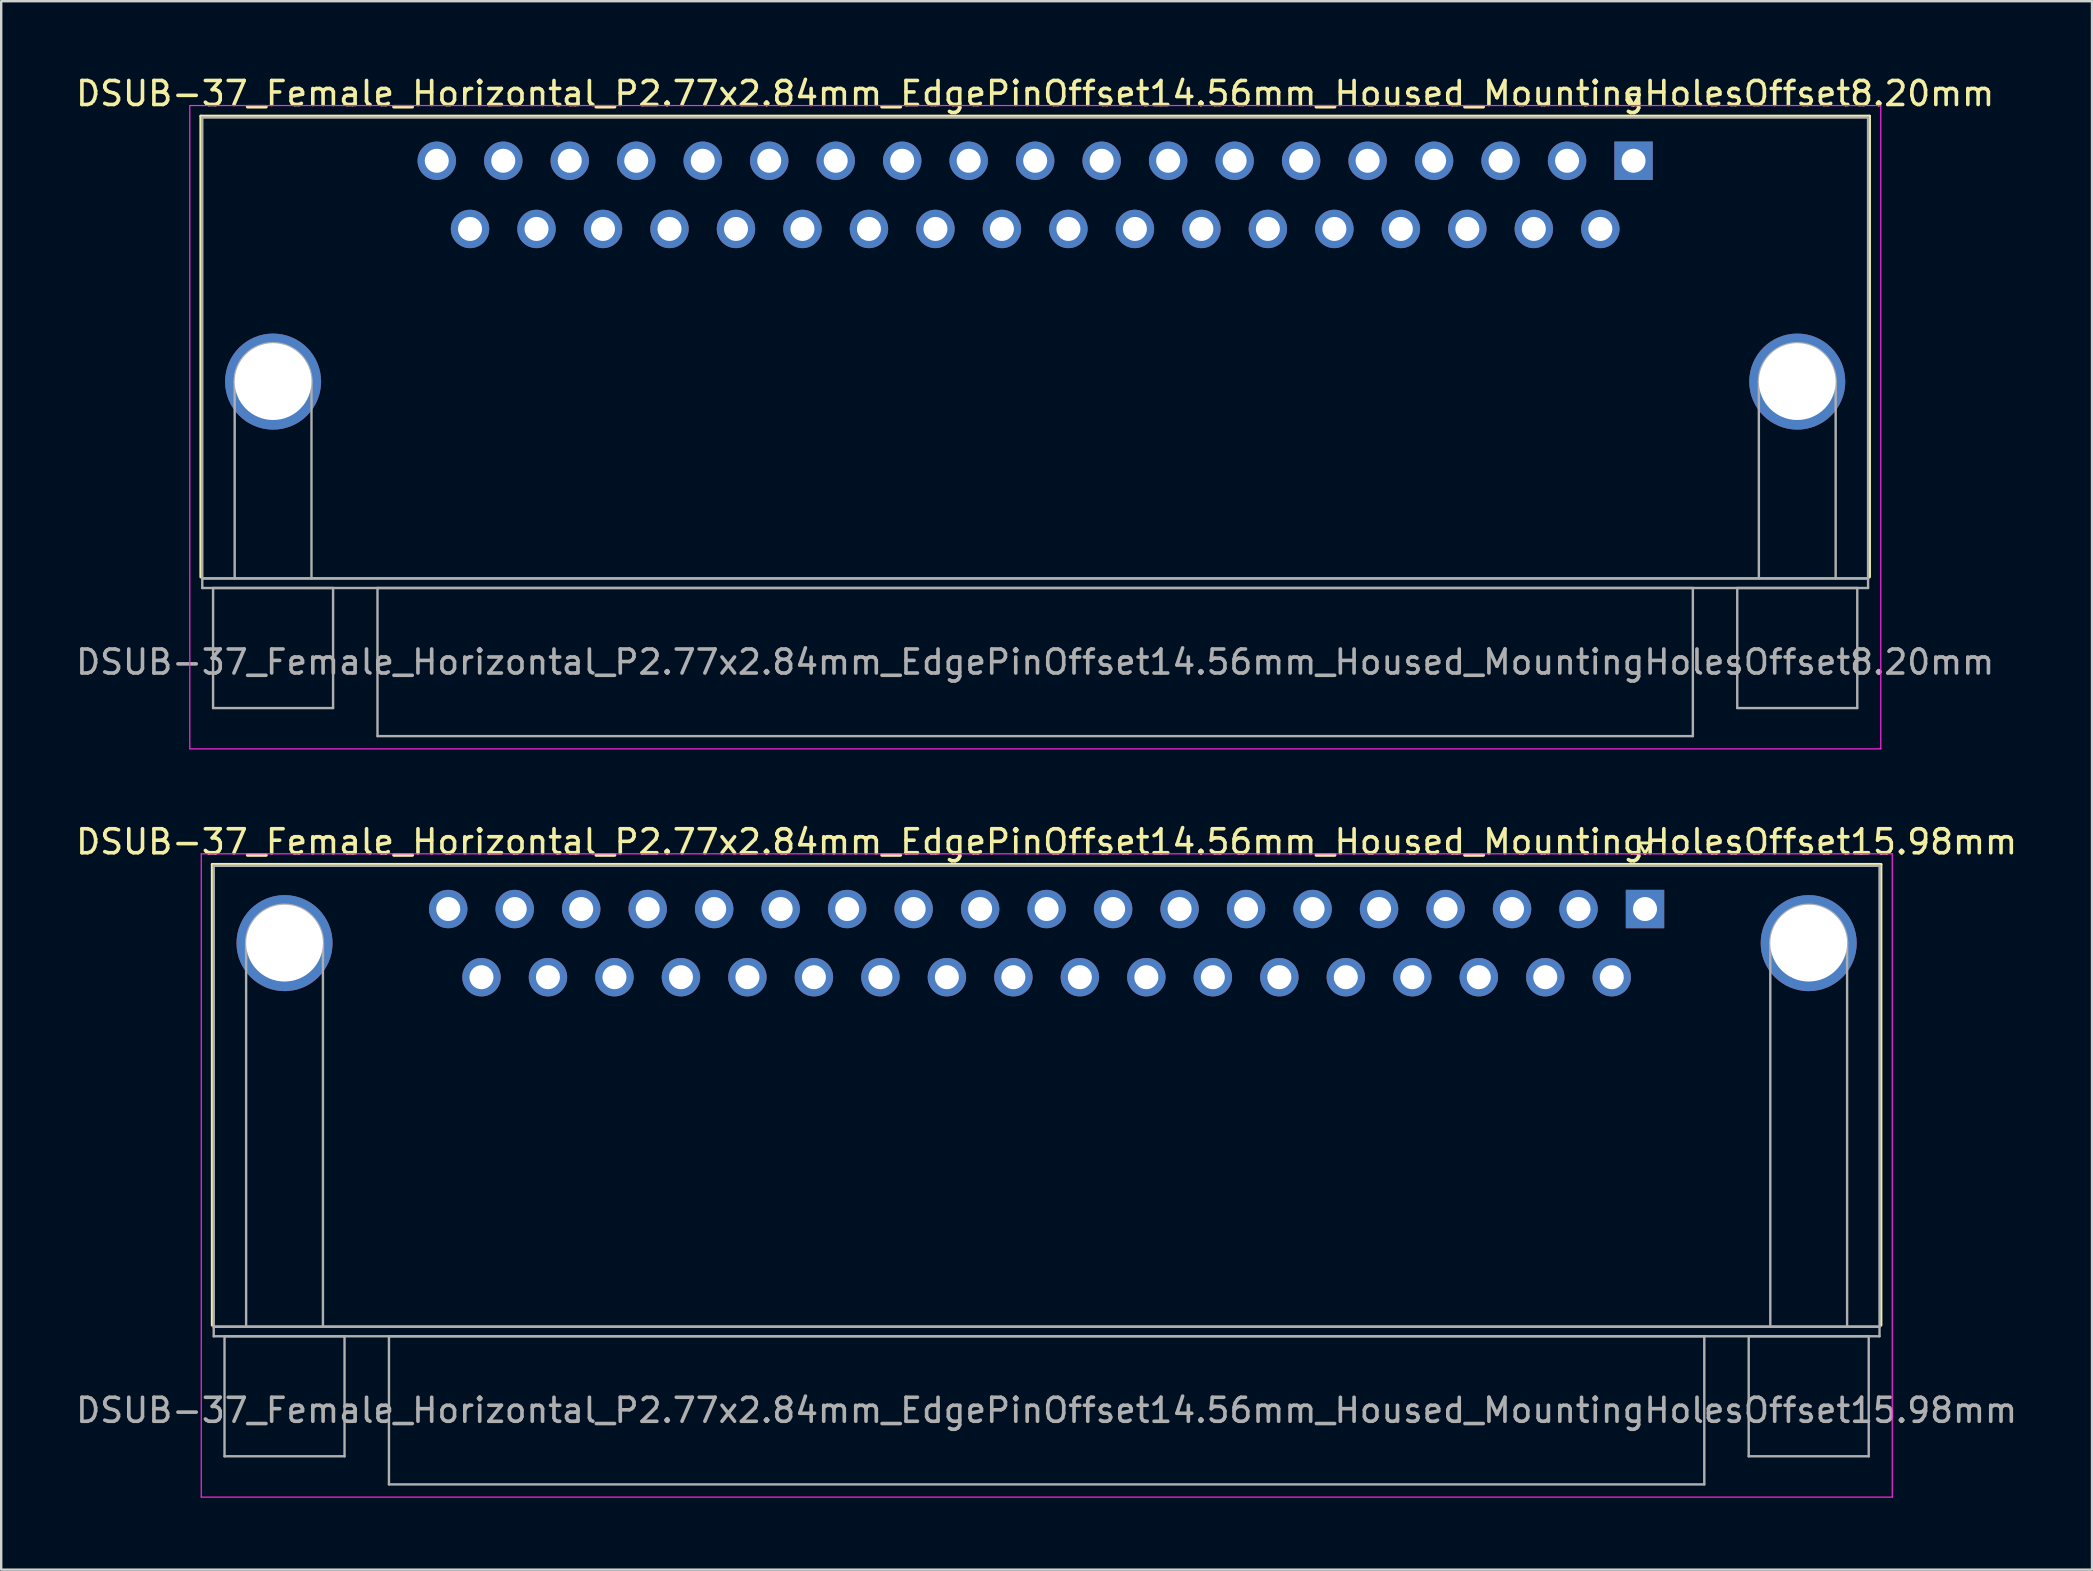
<source format=kicad_pcb>
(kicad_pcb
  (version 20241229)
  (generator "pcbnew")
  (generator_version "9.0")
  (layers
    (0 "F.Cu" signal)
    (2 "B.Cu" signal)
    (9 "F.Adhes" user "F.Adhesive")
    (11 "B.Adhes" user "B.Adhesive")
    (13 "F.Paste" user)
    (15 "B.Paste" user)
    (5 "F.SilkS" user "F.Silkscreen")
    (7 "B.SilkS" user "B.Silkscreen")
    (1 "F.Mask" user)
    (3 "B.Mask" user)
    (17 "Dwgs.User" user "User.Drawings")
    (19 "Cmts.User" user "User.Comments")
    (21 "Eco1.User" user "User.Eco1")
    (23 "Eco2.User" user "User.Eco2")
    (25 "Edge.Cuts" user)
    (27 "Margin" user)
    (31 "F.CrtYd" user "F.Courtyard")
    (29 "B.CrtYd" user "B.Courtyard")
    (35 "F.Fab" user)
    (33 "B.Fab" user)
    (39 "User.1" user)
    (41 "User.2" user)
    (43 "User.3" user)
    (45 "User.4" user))
  (footprint "DSUB-37_Female_Horizontal_P2.77x2.84mm_EdgePinOffset14.56mm_Housed_MountingHolesOffset8.20mm"
    (layer "F.Cu")
    (at 65.007 3.648)
    (property "Reference" "DSUB-37_Female_Horizontal_P2.77x2.84mm_EdgePinOffset14.56mm_Housed_MountingHolesOffset8.20mm" (at -24.93 -2.8 0) (layer "F.SilkS") (effects (font (size 1 1) (thickness 0.15))))
    (attr through_hole)
    (fp_line (start -59.69 -1.86) (end 9.83 -1.86) (stroke (width 0.12) (type solid)) (layer "F.SilkS"))
    (fp_line (start -59.69 17.34) (end -59.69 -1.86) (stroke (width 0.12) (type solid)) (layer "F.SilkS"))
    (fp_line (start -0.25 -2.754) (end 0.25 -2.754) (stroke (width 0.12) (type solid)) (layer "F.SilkS"))
    (fp_line (start 0 -2.321) (end -0.25 -2.754) (stroke (width 0.12) (type solid)) (layer "F.SilkS"))
    (fp_line (start 0.25 -2.754) (end 0 -2.321) (stroke (width 0.12) (type solid)) (layer "F.SilkS"))
    (fp_line (start 9.83 -1.86) (end 9.83 17.34) (stroke (width 0.12) (type solid)) (layer "F.SilkS"))
    (fp_line (start -60.15 -2.3) (end -60.15 24.5) (stroke (width 0.05) (type solid)) (layer "F.CrtYd"))
    (fp_line (start -60.15 24.5) (end 10.3 24.5) (stroke (width 0.05) (type solid)) (layer "F.CrtYd"))
    (fp_line (start 10.3 -2.3) (end -60.15 -2.3) (stroke (width 0.05) (type solid)) (layer "F.CrtYd"))
    (fp_line (start 10.3 24.5) (end 10.3 -2.3) (stroke (width 0.05) (type solid)) (layer "F.CrtYd"))
    (fp_line (start -59.63 -1.8) (end -59.63 17.4) (stroke (width 0.1) (type solid)) (layer "F.Fab"))
    (fp_line (start -59.63 17.4) (end -59.63 17.8) (stroke (width 0.1) (type solid)) (layer "F.Fab"))
    (fp_line (start -59.63 17.4) (end 9.77 17.4) (stroke (width 0.1) (type solid)) (layer "F.Fab"))
    (fp_line (start -59.63 17.8) (end 9.77 17.8) (stroke (width 0.1) (type solid)) (layer "F.Fab"))
    (fp_line (start -59.18 17.8) (end -59.18 22.8) (stroke (width 0.1) (type solid)) (layer "F.Fab"))
    (fp_line (start -59.18 22.8) (end -54.18 22.8) (stroke (width 0.1) (type solid)) (layer "F.Fab"))
    (fp_line (start -58.28 17.4) (end -58.28 9.2) (stroke (width 0.1) (type solid)) (layer "F.Fab"))
    (fp_line (start -55.08 17.4) (end -55.08 9.2) (stroke (width 0.1) (type solid)) (layer "F.Fab"))
    (fp_line (start -54.18 17.8) (end -59.18 17.8) (stroke (width 0.1) (type solid)) (layer "F.Fab"))
    (fp_line (start -54.18 22.8) (end -54.18 17.8) (stroke (width 0.1) (type solid)) (layer "F.Fab"))
    (fp_line (start -52.33 17.8) (end -52.33 23.97) (stroke (width 0.1) (type solid)) (layer "F.Fab"))
    (fp_line (start -52.33 23.97) (end 2.47 23.97) (stroke (width 0.1) (type solid)) (layer "F.Fab"))
    (fp_line (start 2.47 17.8) (end -52.33 17.8) (stroke (width 0.1) (type solid)) (layer "F.Fab"))
    (fp_line (start 2.47 23.97) (end 2.47 17.8) (stroke (width 0.1) (type solid)) (layer "F.Fab"))
    (fp_line (start 4.32 17.8) (end 4.32 22.8) (stroke (width 0.1) (type solid)) (layer "F.Fab"))
    (fp_line (start 4.32 22.8) (end 9.32 22.8) (stroke (width 0.1) (type solid)) (layer "F.Fab"))
    (fp_line (start 5.22 17.4) (end 5.22 9.2) (stroke (width 0.1) (type solid)) (layer "F.Fab"))
    (fp_line (start 8.42 17.4) (end 8.42 9.2) (stroke (width 0.1) (type solid)) (layer "F.Fab"))
    (fp_line (start 9.32 17.8) (end 4.32 17.8) (stroke (width 0.1) (type solid)) (layer "F.Fab"))
    (fp_line (start 9.32 22.8) (end 9.32 17.8) (stroke (width 0.1) (type solid)) (layer "F.Fab"))
    (fp_line (start 9.77 -1.8) (end -59.63 -1.8) (stroke (width 0.1) (type solid)) (layer "F.Fab"))
    (fp_line (start 9.77 17.4) (end -59.63 17.4) (stroke (width 0.1) (type solid)) (layer "F.Fab"))
    (fp_line (start 9.77 17.4) (end 9.77 -1.8) (stroke (width 0.1) (type solid)) (layer "F.Fab"))
    (fp_line (start 9.77 17.8) (end 9.77 17.4) (stroke (width 0.1) (type solid)) (layer "F.Fab"))
    (fp_arc (start -58.28 9.2) (mid -56.68 7.6) (end -55.08 9.2) (stroke (width 0.1) (type solid)) (layer "F.Fab"))
    (fp_arc (start 5.22 9.2) (mid 6.82 7.6) (end 8.42 9.2) (stroke (width 0.1) (type solid)) (layer "F.Fab"))
    (fp_text user "${REFERENCE}" (at -24.93 20.885 0) (layer "F.Fab") (effects (font (size 1 1) (thickness 0.15))))
    (pad "0" thru_hole circle (at -56.68 9.2) (size 4 4) (drill 3.2) (layers "*.Cu" "*.Mask"))
    (pad "0" thru_hole circle (at 6.82 9.2) (size 4 4) (drill 3.2) (layers "*.Cu" "*.Mask"))
    (pad "1" thru_hole rect (at 0 0) (size 1.6 1.6) (drill 1) (layers "*.Cu" "*.Mask"))
    (pad "2" thru_hole circle (at -2.77 0) (size 1.6 1.6) (drill 1) (layers "*.Cu" "*.Mask"))
    (pad "3" thru_hole circle (at -5.54 0) (size 1.6 1.6) (drill 1) (layers "*.Cu" "*.Mask"))
    (pad "4" thru_hole circle (at -8.31 0) (size 1.6 1.6) (drill 1) (layers "*.Cu" "*.Mask"))
    (pad "5" thru_hole circle (at -11.08 0) (size 1.6 1.6) (drill 1) (layers "*.Cu" "*.Mask"))
    (pad "6" thru_hole circle (at -13.85 0) (size 1.6 1.6) (drill 1) (layers "*.Cu" "*.Mask"))
    (pad "7" thru_hole circle (at -16.62 0) (size 1.6 1.6) (drill 1) (layers "*.Cu" "*.Mask"))
    (pad "8" thru_hole circle (at -19.39 0) (size 1.6 1.6) (drill 1) (layers "*.Cu" "*.Mask"))
    (pad "9" thru_hole circle (at -22.16 0) (size 1.6 1.6) (drill 1) (layers "*.Cu" "*.Mask"))
    (pad "10" thru_hole circle (at -24.93 0) (size 1.6 1.6) (drill 1) (layers "*.Cu" "*.Mask"))
    (pad "11" thru_hole circle (at -27.7 0) (size 1.6 1.6) (drill 1) (layers "*.Cu" "*.Mask"))
    (pad "12" thru_hole circle (at -30.47 0) (size 1.6 1.6) (drill 1) (layers "*.Cu" "*.Mask"))
    (pad "13" thru_hole circle (at -33.24 0) (size 1.6 1.6) (drill 1) (layers "*.Cu" "*.Mask"))
    (pad "14" thru_hole circle (at -36.01 0) (size 1.6 1.6) (drill 1) (layers "*.Cu" "*.Mask"))
    (pad "15" thru_hole circle (at -38.78 0) (size 1.6 1.6) (drill 1) (layers "*.Cu" "*.Mask"))
    (pad "16" thru_hole circle (at -41.55 0) (size 1.6 1.6) (drill 1) (layers "*.Cu" "*.Mask"))
    (pad "17" thru_hole circle (at -44.32 0) (size 1.6 1.6) (drill 1) (layers "*.Cu" "*.Mask"))
    (pad "18" thru_hole circle (at -47.09 0) (size 1.6 1.6) (drill 1) (layers "*.Cu" "*.Mask"))
    (pad "19" thru_hole circle (at -49.86 0) (size 1.6 1.6) (drill 1) (layers "*.Cu" "*.Mask"))
    (pad "20" thru_hole circle (at -1.385 2.84) (size 1.6 1.6) (drill 1) (layers "*.Cu" "*.Mask"))
    (pad "21" thru_hole circle (at -4.155 2.84) (size 1.6 1.6) (drill 1) (layers "*.Cu" "*.Mask"))
    (pad "22" thru_hole circle (at -6.925 2.84) (size 1.6 1.6) (drill 1) (layers "*.Cu" "*.Mask"))
    (pad "23" thru_hole circle (at -9.695 2.84) (size 1.6 1.6) (drill 1) (layers "*.Cu" "*.Mask"))
    (pad "24" thru_hole circle (at -12.465 2.84) (size 1.6 1.6) (drill 1) (layers "*.Cu" "*.Mask"))
    (pad "25" thru_hole circle (at -15.235 2.84) (size 1.6 1.6) (drill 1) (layers "*.Cu" "*.Mask"))
    (pad "26" thru_hole circle (at -18.005 2.84) (size 1.6 1.6) (drill 1) (layers "*.Cu" "*.Mask"))
    (pad "27" thru_hole circle (at -20.775 2.84) (size 1.6 1.6) (drill 1) (layers "*.Cu" "*.Mask"))
    (pad "28" thru_hole circle (at -23.545 2.84) (size 1.6 1.6) (drill 1) (layers "*.Cu" "*.Mask"))
    (pad "29" thru_hole circle (at -26.315 2.84) (size 1.6 1.6) (drill 1) (layers "*.Cu" "*.Mask"))
    (pad "30" thru_hole circle (at -29.085 2.84) (size 1.6 1.6) (drill 1) (layers "*.Cu" "*.Mask"))
    (pad "31" thru_hole circle (at -31.855 2.84) (size 1.6 1.6) (drill 1) (layers "*.Cu" "*.Mask"))
    (pad "32" thru_hole circle (at -34.625 2.84) (size 1.6 1.6) (drill 1) (layers "*.Cu" "*.Mask"))
    (pad "33" thru_hole circle (at -37.395 2.84) (size 1.6 1.6) (drill 1) (layers "*.Cu" "*.Mask"))
    (pad "34" thru_hole circle (at -40.165 2.84) (size 1.6 1.6) (drill 1) (layers "*.Cu" "*.Mask"))
    (pad "35" thru_hole circle (at -42.935 2.84) (size 1.6 1.6) (drill 1) (layers "*.Cu" "*.Mask"))
    (pad "36" thru_hole circle (at -45.705 2.84) (size 1.6 1.6) (drill 1) (layers "*.Cu" "*.Mask"))
    (pad "37" thru_hole circle (at -48.475 2.84) (size 1.6 1.6) (drill 1) (layers "*.Cu" "*.Mask")))
  (footprint "DSUB-37_Female_Horizontal_P2.77x2.84mm_EdgePinOffset14.56mm_Housed_MountingHolesOffset15.98mm"
    (layer "F.Cu")
    (at 65.484 34.822)
    (property "Reference" "DSUB-37_Female_Horizontal_P2.77x2.84mm_EdgePinOffset14.56mm_Housed_MountingHolesOffset15.98mm" (at -24.93 -2.8 0) (layer "F.SilkS") (effects (font (size 1 1) (thickness 0.15))))
    (attr through_hole)
    (fp_line (start -59.69 -1.86) (end 9.83 -1.86) (stroke (width 0.12) (type solid)) (layer "F.SilkS"))
    (fp_line (start -59.69 17.34) (end -59.69 -1.86) (stroke (width 0.12) (type solid)) (layer "F.SilkS"))
    (fp_line (start -0.25 -2.754) (end 0.25 -2.754) (stroke (width 0.12) (type solid)) (layer "F.SilkS"))
    (fp_line (start 0 -2.321) (end -0.25 -2.754) (stroke (width 0.12) (type solid)) (layer "F.SilkS"))
    (fp_line (start 0.25 -2.754) (end 0 -2.321) (stroke (width 0.12) (type solid)) (layer "F.SilkS"))
    (fp_line (start 9.83 -1.86) (end 9.83 17.34) (stroke (width 0.12) (type solid)) (layer "F.SilkS"))
    (fp_line (start -60.15 -2.3) (end -60.15 24.5) (stroke (width 0.05) (type solid)) (layer "F.CrtYd"))
    (fp_line (start -60.15 24.5) (end 10.3 24.5) (stroke (width 0.05) (type solid)) (layer "F.CrtYd"))
    (fp_line (start 10.3 -2.3) (end -60.15 -2.3) (stroke (width 0.05) (type solid)) (layer "F.CrtYd"))
    (fp_line (start 10.3 24.5) (end 10.3 -2.3) (stroke (width 0.05) (type solid)) (layer "F.CrtYd"))
    (fp_line (start -59.63 -1.8) (end -59.63 17.4) (stroke (width 0.1) (type solid)) (layer "F.Fab"))
    (fp_line (start -59.63 17.4) (end -59.63 17.8) (stroke (width 0.1) (type solid)) (layer "F.Fab"))
    (fp_line (start -59.63 17.4) (end 9.77 17.4) (stroke (width 0.1) (type solid)) (layer "F.Fab"))
    (fp_line (start -59.63 17.8) (end 9.77 17.8) (stroke (width 0.1) (type solid)) (layer "F.Fab"))
    (fp_line (start -59.18 17.8) (end -59.18 22.8) (stroke (width 0.1) (type solid)) (layer "F.Fab"))
    (fp_line (start -59.18 22.8) (end -54.18 22.8) (stroke (width 0.1) (type solid)) (layer "F.Fab"))
    (fp_line (start -58.28 17.4) (end -58.28 1.42) (stroke (width 0.1) (type solid)) (layer "F.Fab"))
    (fp_line (start -55.08 17.4) (end -55.08 1.42) (stroke (width 0.1) (type solid)) (layer "F.Fab"))
    (fp_line (start -54.18 17.8) (end -59.18 17.8) (stroke (width 0.1) (type solid)) (layer "F.Fab"))
    (fp_line (start -54.18 22.8) (end -54.18 17.8) (stroke (width 0.1) (type solid)) (layer "F.Fab"))
    (fp_line (start -52.33 17.8) (end -52.33 23.97) (stroke (width 0.1) (type solid)) (layer "F.Fab"))
    (fp_line (start -52.33 23.97) (end 2.47 23.97) (stroke (width 0.1) (type solid)) (layer "F.Fab"))
    (fp_line (start 2.47 17.8) (end -52.33 17.8) (stroke (width 0.1) (type solid)) (layer "F.Fab"))
    (fp_line (start 2.47 23.97) (end 2.47 17.8) (stroke (width 0.1) (type solid)) (layer "F.Fab"))
    (fp_line (start 4.32 17.8) (end 4.32 22.8) (stroke (width 0.1) (type solid)) (layer "F.Fab"))
    (fp_line (start 4.32 22.8) (end 9.32 22.8) (stroke (width 0.1) (type solid)) (layer "F.Fab"))
    (fp_line (start 5.22 17.4) (end 5.22 1.42) (stroke (width 0.1) (type solid)) (layer "F.Fab"))
    (fp_line (start 8.42 17.4) (end 8.42 1.42) (stroke (width 0.1) (type solid)) (layer "F.Fab"))
    (fp_line (start 9.32 17.8) (end 4.32 17.8) (stroke (width 0.1) (type solid)) (layer "F.Fab"))
    (fp_line (start 9.32 22.8) (end 9.32 17.8) (stroke (width 0.1) (type solid)) (layer "F.Fab"))
    (fp_line (start 9.77 -1.8) (end -59.63 -1.8) (stroke (width 0.1) (type solid)) (layer "F.Fab"))
    (fp_line (start 9.77 17.4) (end -59.63 17.4) (stroke (width 0.1) (type solid)) (layer "F.Fab"))
    (fp_line (start 9.77 17.4) (end 9.77 -1.8) (stroke (width 0.1) (type solid)) (layer "F.Fab"))
    (fp_line (start 9.77 17.8) (end 9.77 17.4) (stroke (width 0.1) (type solid)) (layer "F.Fab"))
    (fp_arc (start -58.28 1.42) (mid -56.68 -0.18) (end -55.08 1.42) (stroke (width 0.1) (type solid)) (layer "F.Fab"))
    (fp_arc (start 5.22 1.42) (mid 6.82 -0.18) (end 8.42 1.42) (stroke (width 0.1) (type solid)) (layer "F.Fab"))
    (fp_text user "${REFERENCE}" (at -24.93 20.885 0) (layer "F.Fab") (effects (font (size 1 1) (thickness 0.15))))
    (pad "0" thru_hole circle (at -56.68 1.42) (size 4 4) (drill 3.2) (layers "*.Cu" "*.Mask"))
    (pad "0" thru_hole circle (at 6.82 1.42) (size 4 4) (drill 3.2) (layers "*.Cu" "*.Mask"))
    (pad "1" thru_hole rect (at 0 0) (size 1.6 1.6) (drill 1) (layers "*.Cu" "*.Mask"))
    (pad "2" thru_hole circle (at -2.77 0) (size 1.6 1.6) (drill 1) (layers "*.Cu" "*.Mask"))
    (pad "3" thru_hole circle (at -5.54 0) (size 1.6 1.6) (drill 1) (layers "*.Cu" "*.Mask"))
    (pad "4" thru_hole circle (at -8.31 0) (size 1.6 1.6) (drill 1) (layers "*.Cu" "*.Mask"))
    (pad "5" thru_hole circle (at -11.08 0) (size 1.6 1.6) (drill 1) (layers "*.Cu" "*.Mask"))
    (pad "6" thru_hole circle (at -13.85 0) (size 1.6 1.6) (drill 1) (layers "*.Cu" "*.Mask"))
    (pad "7" thru_hole circle (at -16.62 0) (size 1.6 1.6) (drill 1) (layers "*.Cu" "*.Mask"))
    (pad "8" thru_hole circle (at -19.39 0) (size 1.6 1.6) (drill 1) (layers "*.Cu" "*.Mask"))
    (pad "9" thru_hole circle (at -22.16 0) (size 1.6 1.6) (drill 1) (layers "*.Cu" "*.Mask"))
    (pad "10" thru_hole circle (at -24.93 0) (size 1.6 1.6) (drill 1) (layers "*.Cu" "*.Mask"))
    (pad "11" thru_hole circle (at -27.7 0) (size 1.6 1.6) (drill 1) (layers "*.Cu" "*.Mask"))
    (pad "12" thru_hole circle (at -30.47 0) (size 1.6 1.6) (drill 1) (layers "*.Cu" "*.Mask"))
    (pad "13" thru_hole circle (at -33.24 0) (size 1.6 1.6) (drill 1) (layers "*.Cu" "*.Mask"))
    (pad "14" thru_hole circle (at -36.01 0) (size 1.6 1.6) (drill 1) (layers "*.Cu" "*.Mask"))
    (pad "15" thru_hole circle (at -38.78 0) (size 1.6 1.6) (drill 1) (layers "*.Cu" "*.Mask"))
    (pad "16" thru_hole circle (at -41.55 0) (size 1.6 1.6) (drill 1) (layers "*.Cu" "*.Mask"))
    (pad "17" thru_hole circle (at -44.32 0) (size 1.6 1.6) (drill 1) (layers "*.Cu" "*.Mask"))
    (pad "18" thru_hole circle (at -47.09 0) (size 1.6 1.6) (drill 1) (layers "*.Cu" "*.Mask"))
    (pad "19" thru_hole circle (at -49.86 0) (size 1.6 1.6) (drill 1) (layers "*.Cu" "*.Mask"))
    (pad "20" thru_hole circle (at -1.385 2.84) (size 1.6 1.6) (drill 1) (layers "*.Cu" "*.Mask"))
    (pad "21" thru_hole circle (at -4.155 2.84) (size 1.6 1.6) (drill 1) (layers "*.Cu" "*.Mask"))
    (pad "22" thru_hole circle (at -6.925 2.84) (size 1.6 1.6) (drill 1) (layers "*.Cu" "*.Mask"))
    (pad "23" thru_hole circle (at -9.695 2.84) (size 1.6 1.6) (drill 1) (layers "*.Cu" "*.Mask"))
    (pad "24" thru_hole circle (at -12.465 2.84) (size 1.6 1.6) (drill 1) (layers "*.Cu" "*.Mask"))
    (pad "25" thru_hole circle (at -15.235 2.84) (size 1.6 1.6) (drill 1) (layers "*.Cu" "*.Mask"))
    (pad "26" thru_hole circle (at -18.005 2.84) (size 1.6 1.6) (drill 1) (layers "*.Cu" "*.Mask"))
    (pad "27" thru_hole circle (at -20.775 2.84) (size 1.6 1.6) (drill 1) (layers "*.Cu" "*.Mask"))
    (pad "28" thru_hole circle (at -23.545 2.84) (size 1.6 1.6) (drill 1) (layers "*.Cu" "*.Mask"))
    (pad "29" thru_hole circle (at -26.315 2.84) (size 1.6 1.6) (drill 1) (layers "*.Cu" "*.Mask"))
    (pad "30" thru_hole circle (at -29.085 2.84) (size 1.6 1.6) (drill 1) (layers "*.Cu" "*.Mask"))
    (pad "31" thru_hole circle (at -31.855 2.84) (size 1.6 1.6) (drill 1) (layers "*.Cu" "*.Mask"))
    (pad "32" thru_hole circle (at -34.625 2.84) (size 1.6 1.6) (drill 1) (layers "*.Cu" "*.Mask"))
    (pad "33" thru_hole circle (at -37.395 2.84) (size 1.6 1.6) (drill 1) (layers "*.Cu" "*.Mask"))
    (pad "34" thru_hole circle (at -40.165 2.84) (size 1.6 1.6) (drill 1) (layers "*.Cu" "*.Mask"))
    (pad "35" thru_hole circle (at -42.935 2.84) (size 1.6 1.6) (drill 1) (layers "*.Cu" "*.Mask"))
    (pad "36" thru_hole circle (at -45.705 2.84) (size 1.6 1.6) (drill 1) (layers "*.Cu" "*.Mask"))
    (pad "37" thru_hole circle (at -48.475 2.84) (size 1.6 1.6) (drill 1) (layers "*.Cu" "*.Mask")))
  (gr_rect
    (start -3 -3)
    (end 84.107 62.346)
    (stroke (width 0.1) (type default))
    (fill no)
    (layer "Edge.Cuts")))
</source>
